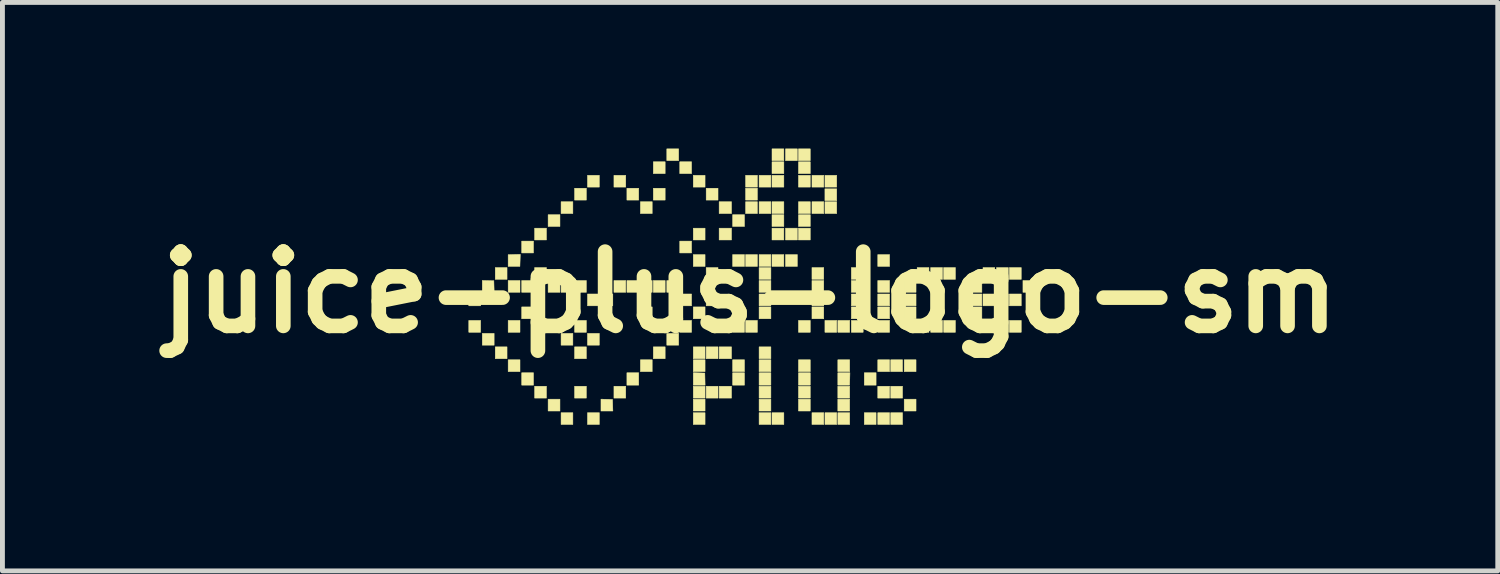
<source format=kicad_pcb>
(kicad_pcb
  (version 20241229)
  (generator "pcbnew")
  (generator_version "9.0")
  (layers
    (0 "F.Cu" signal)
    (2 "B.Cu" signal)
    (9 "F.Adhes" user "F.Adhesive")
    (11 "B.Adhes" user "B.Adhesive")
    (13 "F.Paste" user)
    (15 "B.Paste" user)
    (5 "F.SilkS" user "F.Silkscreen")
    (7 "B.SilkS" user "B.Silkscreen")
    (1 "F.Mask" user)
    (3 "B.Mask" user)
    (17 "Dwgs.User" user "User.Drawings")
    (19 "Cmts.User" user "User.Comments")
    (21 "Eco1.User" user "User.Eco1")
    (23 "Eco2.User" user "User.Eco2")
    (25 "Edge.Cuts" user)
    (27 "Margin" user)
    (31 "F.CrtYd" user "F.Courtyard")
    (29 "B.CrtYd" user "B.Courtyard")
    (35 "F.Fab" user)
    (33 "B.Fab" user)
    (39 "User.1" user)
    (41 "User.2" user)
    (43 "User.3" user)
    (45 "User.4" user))
  (footprint "juice-plus-logo-sm"
    (layer "F.Cu")
    (at 12.344 2.949)
    (property "Reference" "juice-plus-logo-sm" (at 0 0 0) (layer "F.SilkS") (effects (font (size 1.524 1.524) (thickness 0.3))))
    (attr through_hole)
    (fp_poly (pts (xy -5.53 0.277) (xy -5.773 0.277) (xy -5.773 0.035) (xy -5.53 0.035) (xy -5.53 0.277)) (stroke (width 0.01) (type solid)) (fill yes) (layer "F.SilkS"))
    (fp_poly (pts (xy -5.53 0.82) (xy -5.773 0.82) (xy -5.773 0.577) (xy -5.53 0.577) (xy -5.53 0.82)) (stroke (width 0.01) (type solid)) (fill yes) (layer "F.SilkS"))
    (fp_poly (pts (xy -5.253 1.085) (xy -5.496 1.085) (xy -5.496 0.843) (xy -5.253 0.843) (xy -5.253 1.085)) (stroke (width 0.01) (type solid)) (fill yes) (layer "F.SilkS"))
    (fp_poly (pts (xy -4.988 -0.266) (xy -5.23 -0.266) (xy -5.23 -0.508) (xy -4.988 -0.508) (xy -4.988 -0.266)) (stroke (width 0.01) (type solid)) (fill yes) (layer "F.SilkS"))
    (fp_poly (pts (xy -4.988 1.362) (xy -5.23 1.362) (xy -5.23 1.12) (xy -4.988 1.12) (xy -4.988 1.362)) (stroke (width 0.01) (type solid)) (fill yes) (layer "F.SilkS"))
    (fp_poly (pts (xy -4.722 0) (xy -4.965 0) (xy -4.965 -0.242) (xy -4.722 -0.242) (xy -4.722 0)) (stroke (width 0.01) (type solid)) (fill yes) (layer "F.SilkS"))
    (fp_poly (pts (xy -4.722 0.82) (xy -4.965 0.82) (xy -4.965 0.577) (xy -4.722 0.577) (xy -4.722 0.82)) (stroke (width 0.01) (type solid)) (fill yes) (layer "F.SilkS"))
    (fp_poly (pts (xy -4.722 1.628) (xy -4.965 1.628) (xy -4.965 1.385) (xy -4.722 1.385) (xy -4.722 1.628)) (stroke (width 0.01) (type solid)) (fill yes) (layer "F.SilkS"))
    (fp_poly (pts (xy -4.445 -0.808) (xy -4.687 -0.808) (xy -4.687 -1.051) (xy -4.445 -1.051) (xy -4.445 -0.808)) (stroke (width 0.01) (type solid)) (fill yes) (layer "F.SilkS"))
    (fp_poly (pts (xy -4.445 0) (xy -4.687 0) (xy -4.687 -0.242) (xy -4.445 -0.242) (xy -4.445 0)) (stroke (width 0.01) (type solid)) (fill yes) (layer "F.SilkS"))
    (fp_poly (pts (xy -4.445 0.543) (xy -4.687 0.543) (xy -4.687 0.3) (xy -4.445 0.3) (xy -4.445 0.543)) (stroke (width 0.01) (type solid)) (fill yes) (layer "F.SilkS"))
    (fp_poly (pts (xy -4.445 1.905) (xy -4.687 1.905) (xy -4.687 1.651) (xy -4.445 1.651) (xy -4.445 1.905)) (stroke (width 0.01) (type solid)) (fill yes) (layer "F.SilkS"))
    (fp_poly (pts (xy -4.179 -1.074) (xy -4.422 -1.074) (xy -4.422 -1.316) (xy -4.179 -1.316) (xy -4.179 -1.074)) (stroke (width 0.01) (type solid)) (fill yes) (layer "F.SilkS"))
    (fp_poly (pts (xy -4.179 -0.266) (xy -4.422 -0.266) (xy -4.422 -0.508) (xy -4.179 -0.508) (xy -4.179 -0.266)) (stroke (width 0.01) (type solid)) (fill yes) (layer "F.SilkS"))
    (fp_poly (pts (xy -4.179 2.171) (xy -4.422 2.171) (xy -4.422 1.928) (xy -4.179 1.928) (xy -4.179 2.171)) (stroke (width 0.01) (type solid)) (fill yes) (layer "F.SilkS"))
    (fp_poly (pts (xy -3.902 -1.351) (xy -4.145 -1.351) (xy -4.145 -1.593) (xy -3.902 -1.593) (xy -3.902 -1.351)) (stroke (width 0.01) (type solid)) (fill yes) (layer "F.SilkS"))
    (fp_poly (pts (xy -3.902 0) (xy -4.145 0) (xy -4.145 -0.242) (xy -3.902 -0.242) (xy -3.902 0)) (stroke (width 0.01) (type solid)) (fill yes) (layer "F.SilkS"))
    (fp_poly (pts (xy -3.902 2.436) (xy -4.145 2.436) (xy -4.145 2.194) (xy -3.902 2.194) (xy -3.902 2.436)) (stroke (width 0.01) (type solid)) (fill yes) (layer "F.SilkS"))
    (fp_poly (pts (xy -3.637 -1.616) (xy -3.879 -1.616) (xy -3.879 -1.859) (xy -3.637 -1.859) (xy -3.637 -1.616)) (stroke (width 0.01) (type solid)) (fill yes) (layer "F.SilkS"))
    (fp_poly (pts (xy -3.637 0) (xy -3.879 0) (xy -3.879 -0.242) (xy -3.637 -0.242) (xy -3.637 0)) (stroke (width 0.01) (type solid)) (fill yes) (layer "F.SilkS"))
    (fp_poly (pts (xy -3.637 1.085) (xy -3.879 1.085) (xy -3.879 0.843) (xy -3.637 0.843) (xy -3.637 1.085)) (stroke (width 0.01) (type solid)) (fill yes) (layer "F.SilkS"))
    (fp_poly (pts (xy -3.637 2.713) (xy -3.879 2.713) (xy -3.879 2.471) (xy -3.637 2.471) (xy -3.637 2.713)) (stroke (width 0.01) (type solid)) (fill yes) (layer "F.SilkS"))
    (fp_poly (pts (xy -3.36 -1.893) (xy -3.602 -1.893) (xy -3.602 -2.136) (xy -3.36 -2.136) (xy -3.36 -1.893)) (stroke (width 0.01) (type solid)) (fill yes) (layer "F.SilkS"))
    (fp_poly (pts (xy -3.36 0) (xy -3.602 0) (xy -3.602 -0.242) (xy -3.36 -0.242) (xy -3.36 0)) (stroke (width 0.01) (type solid)) (fill yes) (layer "F.SilkS"))
    (fp_poly (pts (xy -3.36 0.82) (xy -3.602 0.82) (xy -3.602 0.577) (xy -3.36 0.577) (xy -3.36 0.82)) (stroke (width 0.01) (type solid)) (fill yes) (layer "F.SilkS"))
    (fp_poly (pts (xy -3.36 1.362) (xy -3.602 1.362) (xy -3.602 1.12) (xy -3.36 1.12) (xy -3.36 1.362)) (stroke (width 0.01) (type solid)) (fill yes) (layer "F.SilkS"))
    (fp_poly (pts (xy -3.36 2.171) (xy -3.602 2.171) (xy -3.602 1.928) (xy -3.36 1.928) (xy -3.36 2.171)) (stroke (width 0.01) (type solid)) (fill yes) (layer "F.SilkS"))
    (fp_poly (pts (xy -3.094 -2.159) (xy -3.337 -2.159) (xy -3.337 -2.401) (xy -3.094 -2.401) (xy -3.094 -2.159)) (stroke (width 0.01) (type solid)) (fill yes) (layer "F.SilkS"))
    (fp_poly (pts (xy -3.094 0.277) (xy -3.337 0.277) (xy -3.337 0.035) (xy -3.094 0.035) (xy -3.094 0.277)) (stroke (width 0.01) (type solid)) (fill yes) (layer "F.SilkS"))
    (fp_poly (pts (xy -3.094 1.085) (xy -3.337 1.085) (xy -3.337 0.843) (xy -3.094 0.843) (xy -3.094 1.085)) (stroke (width 0.01) (type solid)) (fill yes) (layer "F.SilkS"))
    (fp_poly (pts (xy -3.094 2.713) (xy -3.337 2.713) (xy -3.337 2.471) (xy -3.094 2.471) (xy -3.094 2.713)) (stroke (width 0.01) (type solid)) (fill yes) (layer "F.SilkS"))
    (fp_poly (pts (xy -2.817 0.277) (xy -3.06 0.277) (xy -3.06 0.035) (xy -2.817 0.035) (xy -2.817 0.277)) (stroke (width 0.01) (type solid)) (fill yes) (layer "F.SilkS"))
    (fp_poly (pts (xy -2.552 -2.159) (xy -2.794 -2.159) (xy -2.794 -2.401) (xy -2.552 -2.401) (xy -2.552 -2.159)) (stroke (width 0.01) (type solid)) (fill yes) (layer "F.SilkS"))
    (fp_poly (pts (xy -2.552 0) (xy -2.794 0) (xy -2.794 -0.242) (xy -2.552 -0.242) (xy -2.552 0)) (stroke (width 0.01) (type solid)) (fill yes) (layer "F.SilkS"))
    (fp_poly (pts (xy -2.552 2.171) (xy -2.794 2.171) (xy -2.794 1.928) (xy -2.552 1.928) (xy -2.552 2.171)) (stroke (width 0.01) (type solid)) (fill yes) (layer "F.SilkS"))
    (fp_poly (pts (xy -2.286 -1.893) (xy -2.528 -1.893) (xy -2.528 -2.136) (xy -2.286 -2.136) (xy -2.286 -1.893)) (stroke (width 0.01) (type solid)) (fill yes) (layer "F.SilkS"))
    (fp_poly (pts (xy -2.286 0) (xy -2.528 0) (xy -2.528 -0.242) (xy -2.286 -0.242) (xy -2.286 0)) (stroke (width 0.01) (type solid)) (fill yes) (layer "F.SilkS"))
    (fp_poly (pts (xy -2.286 1.905) (xy -2.528 1.905) (xy -2.528 1.651) (xy -2.286 1.651) (xy -2.286 1.905)) (stroke (width 0.01) (type solid)) (fill yes) (layer "F.SilkS"))
    (fp_poly (pts (xy -2.009 -1.616) (xy -2.251 -1.616) (xy -2.251 -1.859) (xy -2.009 -1.859) (xy -2.009 -1.616)) (stroke (width 0.01) (type solid)) (fill yes) (layer "F.SilkS"))
    (fp_poly (pts (xy -2.009 0) (xy -2.251 0) (xy -2.251 -0.242) (xy -2.009 -0.242) (xy -2.009 0)) (stroke (width 0.01) (type solid)) (fill yes) (layer "F.SilkS"))
    (fp_poly (pts (xy -2.009 0.543) (xy -2.251 0.543) (xy -2.251 0.3) (xy -2.009 0.3) (xy -2.009 0.543)) (stroke (width 0.01) (type solid)) (fill yes) (layer "F.SilkS"))
    (fp_poly (pts (xy -2.009 1.628) (xy -2.251 1.628) (xy -2.251 1.385) (xy -2.009 1.385) (xy -2.009 1.628)) (stroke (width 0.01) (type solid)) (fill yes) (layer "F.SilkS"))
    (fp_poly (pts (xy -1.743 -2.436) (xy -1.986 -2.436) (xy -1.986 -2.679) (xy -1.743 -2.679) (xy -1.743 -2.436)) (stroke (width 0.01) (type solid)) (fill yes) (layer "F.SilkS"))
    (fp_poly (pts (xy -1.743 -1.893) (xy -1.986 -1.893) (xy -1.986 -2.136) (xy -1.743 -2.136) (xy -1.743 -1.893)) (stroke (width 0.01) (type solid)) (fill yes) (layer "F.SilkS"))
    (fp_poly (pts (xy -1.743 0) (xy -1.986 0) (xy -1.986 -0.242) (xy -1.743 -0.242) (xy -1.743 0)) (stroke (width 0.01) (type solid)) (fill yes) (layer "F.SilkS"))
    (fp_poly (pts (xy -1.743 1.362) (xy -1.986 1.362) (xy -1.986 1.12) (xy -1.743 1.12) (xy -1.743 1.362)) (stroke (width 0.01) (type solid)) (fill yes) (layer "F.SilkS"))
    (fp_poly (pts (xy -1.466 -2.702) (xy -1.709 -2.702) (xy -1.709 -2.944) (xy -1.466 -2.944) (xy -1.466 -2.702)) (stroke (width 0.01) (type solid)) (fill yes) (layer "F.SilkS"))
    (fp_poly (pts (xy -1.466 0) (xy -1.709 0) (xy -1.709 -0.242) (xy -1.466 -0.242) (xy -1.466 0)) (stroke (width 0.01) (type solid)) (fill yes) (layer "F.SilkS"))
    (fp_poly (pts (xy -1.466 1.085) (xy -1.709 1.085) (xy -1.709 0.843) (xy -1.466 0.843) (xy -1.466 1.085)) (stroke (width 0.01) (type solid)) (fill yes) (layer "F.SilkS"))
    (fp_poly (pts (xy -1.201 -2.436) (xy -1.443 -2.436) (xy -1.443 -2.679) (xy -1.201 -2.679) (xy -1.201 -2.436)) (stroke (width 0.01) (type solid)) (fill yes) (layer "F.SilkS"))
    (fp_poly (pts (xy -1.201 -0.808) (xy -1.443 -0.808) (xy -1.443 -1.051) (xy -1.201 -1.051) (xy -1.201 -0.808)) (stroke (width 0.01) (type solid)) (fill yes) (layer "F.SilkS"))
    (fp_poly (pts (xy -1.201 0.277) (xy -1.443 0.277) (xy -1.443 0.035) (xy -1.201 0.035) (xy -1.201 0.277)) (stroke (width 0.01) (type solid)) (fill yes) (layer "F.SilkS"))
    (fp_poly (pts (xy -1.201 0.82) (xy -1.443 0.82) (xy -1.443 0.577) (xy -1.201 0.577) (xy -1.201 0.82)) (stroke (width 0.01) (type solid)) (fill yes) (layer "F.SilkS"))
    (fp_poly (pts (xy -0.929 1.657) (xy -0.923 1.905) (xy -1.166 1.905) (xy -1.166 1.65) (xy -0.929 1.657)) (stroke (width 0.01) (type solid)) (fill yes) (layer "F.SilkS"))
    (fp_poly (pts (xy -0.924 -2.159) (xy -1.166 -2.159) (xy -1.166 -2.401) (xy -0.924 -2.401) (xy -0.924 -2.159)) (stroke (width 0.01) (type solid)) (fill yes) (layer "F.SilkS"))
    (fp_poly (pts (xy -0.924 -1.074) (xy -1.166 -1.074) (xy -1.166 -1.316) (xy -0.924 -1.316) (xy -0.924 -1.074)) (stroke (width 0.01) (type solid)) (fill yes) (layer "F.SilkS"))
    (fp_poly (pts (xy -0.924 -0.531) (xy -1.166 -0.531) (xy -1.166 -0.774) (xy -0.924 -0.774) (xy -0.924 -0.531)) (stroke (width 0.01) (type solid)) (fill yes) (layer "F.SilkS"))
    (fp_poly (pts (xy -0.924 0.543) (xy -1.166 0.543) (xy -1.166 0.3) (xy -0.924 0.3) (xy -0.924 0.543)) (stroke (width 0.01) (type solid)) (fill yes) (layer "F.SilkS"))
    (fp_poly (pts (xy -0.924 1.362) (xy -1.166 1.362) (xy -1.166 1.12) (xy -0.924 1.12) (xy -0.924 1.362)) (stroke (width 0.01) (type solid)) (fill yes) (layer "F.SilkS"))
    (fp_poly (pts (xy -0.924 1.628) (xy -1.166 1.628) (xy -1.166 1.385) (xy -0.924 1.385) (xy -0.924 1.628)) (stroke (width 0.01) (type solid)) (fill yes) (layer "F.SilkS"))
    (fp_poly (pts (xy -0.924 2.171) (xy -1.166 2.171) (xy -1.166 1.928) (xy -0.924 1.928) (xy -0.924 2.171)) (stroke (width 0.01) (type solid)) (fill yes) (layer "F.SilkS"))
    (fp_poly (pts (xy -0.924 2.436) (xy -1.166 2.436) (xy -1.166 2.194) (xy -0.924 2.194) (xy -0.924 2.436)) (stroke (width 0.01) (type solid)) (fill yes) (layer "F.SilkS"))
    (fp_poly (pts (xy -0.924 2.713) (xy -1.166 2.713) (xy -1.166 2.471) (xy -0.924 2.471) (xy -0.924 2.713)) (stroke (width 0.01) (type solid)) (fill yes) (layer "F.SilkS"))
    (fp_poly (pts (xy -0.658 -1.893) (xy -0.901 -1.893) (xy -0.901 -2.136) (xy -0.658 -2.136) (xy -0.658 -1.893)) (stroke (width 0.01) (type solid)) (fill yes) (layer "F.SilkS"))
    (fp_poly (pts (xy -0.658 -0.266) (xy -0.901 -0.266) (xy -0.901 -0.508) (xy -0.658 -0.508) (xy -0.658 -0.266)) (stroke (width 0.01) (type solid)) (fill yes) (layer "F.SilkS"))
    (fp_poly (pts (xy -0.658 0.277) (xy -0.901 0.277) (xy -0.901 0.035) (xy -0.658 0.035) (xy -0.658 0.277)) (stroke (width 0.01) (type solid)) (fill yes) (layer "F.SilkS"))
    (fp_poly (pts (xy -0.658 1.362) (xy -0.901 1.362) (xy -0.901 1.12) (xy -0.658 1.12) (xy -0.658 1.362)) (stroke (width 0.01) (type solid)) (fill yes) (layer "F.SilkS"))
    (fp_poly (pts (xy -0.658 2.171) (xy -0.901 2.171) (xy -0.901 1.928) (xy -0.658 1.928) (xy -0.658 2.171)) (stroke (width 0.01) (type solid)) (fill yes) (layer "F.SilkS"))
    (fp_poly (pts (xy -0.381 -1.616) (xy -0.635 -1.616) (xy -0.635 -1.859) (xy -0.381 -1.859) (xy -0.381 -1.616)) (stroke (width 0.01) (type solid)) (fill yes) (layer "F.SilkS"))
    (fp_poly (pts (xy -0.381 -1.074) (xy -0.635 -1.074) (xy -0.635 -1.316) (xy -0.381 -1.316) (xy -0.381 -1.074)) (stroke (width 0.01) (type solid)) (fill yes) (layer "F.SilkS"))
    (fp_poly (pts (xy -0.381 1.362) (xy -0.635 1.362) (xy -0.635 1.12) (xy -0.381 1.12) (xy -0.381 1.362)) (stroke (width 0.01) (type solid)) (fill yes) (layer "F.SilkS"))
    (fp_poly (pts (xy -0.381 2.171) (xy -0.635 2.171) (xy -0.635 1.928) (xy -0.381 1.928) (xy -0.381 2.171)) (stroke (width 0.01) (type solid)) (fill yes) (layer "F.SilkS"))
    (fp_poly (pts (xy -0.115 -1.351) (xy -0.358 -1.351) (xy -0.358 -1.593) (xy -0.115 -1.593) (xy -0.115 -1.351)) (stroke (width 0.01) (type solid)) (fill yes) (layer "F.SilkS"))
    (fp_poly (pts (xy -0.115 -0.531) (xy -0.358 -0.531) (xy -0.358 -0.774) (xy -0.115 -0.774) (xy -0.115 -0.531)) (stroke (width 0.01) (type solid)) (fill yes) (layer "F.SilkS"))
    (fp_poly (pts (xy -0.115 0.82) (xy -0.358 0.82) (xy -0.358 0.577) (xy -0.115 0.577) (xy -0.115 0.82)) (stroke (width 0.01) (type solid)) (fill yes) (layer "F.SilkS"))
    (fp_poly (pts (xy -0.115 1.628) (xy -0.358 1.628) (xy -0.358 1.385) (xy -0.115 1.385) (xy -0.115 1.628)) (stroke (width 0.01) (type solid)) (fill yes) (layer "F.SilkS"))
    (fp_poly (pts (xy -0.115 1.905) (xy -0.358 1.905) (xy -0.358 1.651) (xy -0.115 1.651) (xy -0.115 1.905)) (stroke (width 0.01) (type solid)) (fill yes) (layer "F.SilkS"))
    (fp_poly (pts (xy 0.15 -2.159) (xy -0.092 -2.159) (xy -0.092 -2.401) (xy 0.15 -2.401) (xy 0.15 -2.159)) (stroke (width 0.01) (type solid)) (fill yes) (layer "F.SilkS"))
    (fp_poly (pts (xy 0.15 -1.893) (xy -0.092 -1.893) (xy -0.092 -2.136) (xy 0.15 -2.136) (xy 0.15 -1.893)) (stroke (width 0.01) (type solid)) (fill yes) (layer "F.SilkS"))
    (fp_poly (pts (xy 0.15 -1.616) (xy -0.092 -1.616) (xy -0.092 -1.859) (xy 0.15 -1.859) (xy 0.15 -1.616)) (stroke (width 0.01) (type solid)) (fill yes) (layer "F.SilkS"))
    (fp_poly (pts (xy 0.15 -0.531) (xy -0.092 -0.531) (xy -0.092 -0.774) (xy 0.15 -0.774) (xy 0.15 -0.531)) (stroke (width 0.01) (type solid)) (fill yes) (layer "F.SilkS"))
    (fp_poly (pts (xy 0.15 0.82) (xy -0.092 0.82) (xy -0.092 0.577) (xy 0.15 0.577) (xy 0.15 0.82)) (stroke (width 0.01) (type solid)) (fill yes) (layer "F.SilkS"))
    (fp_poly (pts (xy 0.427 -2.159) (xy 0.185 -2.159) (xy 0.185 -2.401) (xy 0.427 -2.401) (xy 0.427 -2.159)) (stroke (width 0.01) (type solid)) (fill yes) (layer "F.SilkS"))
    (fp_poly (pts (xy 0.427 -1.616) (xy 0.185 -1.616) (xy 0.185 -1.859) (xy 0.427 -1.859) (xy 0.427 -1.616)) (stroke (width 0.01) (type solid)) (fill yes) (layer "F.SilkS"))
    (fp_poly (pts (xy 0.427 -0.531) (xy 0.185 -0.531) (xy 0.185 -0.774) (xy 0.427 -0.774) (xy 0.427 -0.531)) (stroke (width 0.01) (type solid)) (fill yes) (layer "F.SilkS"))
    (fp_poly (pts (xy 0.427 -0.266) (xy 0.185 -0.266) (xy 0.185 -0.508) (xy 0.427 -0.508) (xy 0.427 -0.266)) (stroke (width 0.01) (type solid)) (fill yes) (layer "F.SilkS"))
    (fp_poly (pts (xy 0.427 0) (xy 0.185 0) (xy 0.185 -0.242) (xy 0.427 -0.242) (xy 0.427 0)) (stroke (width 0.01) (type solid)) (fill yes) (layer "F.SilkS"))
    (fp_poly (pts (xy 0.427 0.277) (xy 0.185 0.277) (xy 0.185 0.035) (xy 0.427 0.035) (xy 0.427 0.277)) (stroke (width 0.01) (type solid)) (fill yes) (layer "F.SilkS"))
    (fp_poly (pts (xy 0.427 0.543) (xy 0.185 0.543) (xy 0.185 0.3) (xy 0.427 0.3) (xy 0.427 0.543)) (stroke (width 0.01) (type solid)) (fill yes) (layer "F.SilkS"))
    (fp_poly (pts (xy 0.427 1.362) (xy 0.185 1.362) (xy 0.185 1.12) (xy 0.427 1.12) (xy 0.427 1.362)) (stroke (width 0.01) (type solid)) (fill yes) (layer "F.SilkS"))
    (fp_poly (pts (xy 0.427 1.628) (xy 0.185 1.628) (xy 0.185 1.385) (xy 0.427 1.385) (xy 0.427 1.628)) (stroke (width 0.01) (type solid)) (fill yes) (layer "F.SilkS"))
    (fp_poly (pts (xy 0.427 1.905) (xy 0.185 1.905) (xy 0.185 1.651) (xy 0.427 1.651) (xy 0.427 1.905)) (stroke (width 0.01) (type solid)) (fill yes) (layer "F.SilkS"))
    (fp_poly (pts (xy 0.427 2.171) (xy 0.185 2.171) (xy 0.185 1.928) (xy 0.427 1.928) (xy 0.427 2.171)) (stroke (width 0.01) (type solid)) (fill yes) (layer "F.SilkS"))
    (fp_poly (pts (xy 0.427 2.436) (xy 0.185 2.436) (xy 0.185 2.194) (xy 0.427 2.194) (xy 0.427 2.436)) (stroke (width 0.01) (type solid)) (fill yes) (layer "F.SilkS"))
    (fp_poly (pts (xy 0.427 2.713) (xy 0.185 2.713) (xy 0.185 2.471) (xy 0.427 2.471) (xy 0.427 2.713)) (stroke (width 0.01) (type solid)) (fill yes) (layer "F.SilkS"))
    (fp_poly (pts (xy 0.693 -2.702) (xy 0.45 -2.702) (xy 0.45 -2.944) (xy 0.693 -2.944) (xy 0.693 -2.702)) (stroke (width 0.01) (type solid)) (fill yes) (layer "F.SilkS"))
    (fp_poly (pts (xy 0.693 -2.436) (xy 0.45 -2.436) (xy 0.45 -2.679) (xy 0.693 -2.679) (xy 0.693 -2.436)) (stroke (width 0.01) (type solid)) (fill yes) (layer "F.SilkS"))
    (fp_poly (pts (xy 0.693 -2.159) (xy 0.45 -2.159) (xy 0.45 -2.401) (xy 0.693 -2.401) (xy 0.693 -2.159)) (stroke (width 0.01) (type solid)) (fill yes) (layer "F.SilkS"))
    (fp_poly (pts (xy 0.693 -1.616) (xy 0.45 -1.616) (xy 0.45 -1.859) (xy 0.693 -1.859) (xy 0.693 -1.616)) (stroke (width 0.01) (type solid)) (fill yes) (layer "F.SilkS"))
    (fp_poly (pts (xy 0.693 -1.351) (xy 0.45 -1.351) (xy 0.45 -1.593) (xy 0.693 -1.593) (xy 0.693 -1.351)) (stroke (width 0.01) (type solid)) (fill yes) (layer "F.SilkS"))
    (fp_poly (pts (xy 0.693 -1.074) (xy 0.45 -1.074) (xy 0.45 -1.316) (xy 0.693 -1.316) (xy 0.693 -1.074)) (stroke (width 0.01) (type solid)) (fill yes) (layer "F.SilkS"))
    (fp_poly (pts (xy 0.693 -0.531) (xy 0.45 -0.531) (xy 0.45 -0.774) (xy 0.693 -0.774) (xy 0.693 -0.531)) (stroke (width 0.01) (type solid)) (fill yes) (layer "F.SilkS"))
    (fp_poly (pts (xy 0.693 2.713) (xy 0.45 2.713) (xy 0.45 2.471) (xy 0.693 2.471) (xy 0.693 2.713)) (stroke (width 0.01) (type solid)) (fill yes) (layer "F.SilkS"))
    (fp_poly (pts (xy 0.97 -2.702) (xy 0.727 -2.702) (xy 0.727 -2.944) (xy 0.97 -2.944) (xy 0.97 -2.702)) (stroke (width 0.01) (type solid)) (fill yes) (layer "F.SilkS"))
    (fp_poly (pts (xy 0.97 -1.074) (xy 0.727 -1.074) (xy 0.727 -1.316) (xy 0.97 -1.316) (xy 0.97 -1.074)) (stroke (width 0.01) (type solid)) (fill yes) (layer "F.SilkS"))
    (fp_poly (pts (xy 0.97 -0.531) (xy 0.727 -0.531) (xy 0.727 -0.774) (xy 0.97 -0.774) (xy 0.97 -0.531)) (stroke (width 0.01) (type solid)) (fill yes) (layer "F.SilkS"))
    (fp_poly (pts (xy 1.235 -2.702) (xy 0.993 -2.702) (xy 0.993 -2.944) (xy 1.235 -2.944) (xy 1.235 -2.702)) (stroke (width 0.01) (type solid)) (fill yes) (layer "F.SilkS"))
    (fp_poly (pts (xy 1.235 -2.436) (xy 0.993 -2.436) (xy 0.993 -2.679) (xy 1.235 -2.679) (xy 1.235 -2.436)) (stroke (width 0.01) (type solid)) (fill yes) (layer "F.SilkS"))
    (fp_poly (pts (xy 1.235 -2.159) (xy 0.993 -2.159) (xy 0.993 -2.401) (xy 1.235 -2.401) (xy 1.235 -2.159)) (stroke (width 0.01) (type solid)) (fill yes) (layer "F.SilkS"))
    (fp_poly (pts (xy 1.235 -1.616) (xy 0.993 -1.616) (xy 0.993 -1.859) (xy 1.235 -1.859) (xy 1.235 -1.616)) (stroke (width 0.01) (type solid)) (fill yes) (layer "F.SilkS"))
    (fp_poly (pts (xy 1.235 -1.351) (xy 0.993 -1.351) (xy 0.993 -1.593) (xy 1.235 -1.593) (xy 1.235 -1.351)) (stroke (width 0.01) (type solid)) (fill yes) (layer "F.SilkS"))
    (fp_poly (pts (xy 1.235 -1.074) (xy 0.993 -1.074) (xy 0.993 -1.316) (xy 1.235 -1.316) (xy 1.235 -1.074)) (stroke (width 0.01) (type solid)) (fill yes) (layer "F.SilkS"))
    (fp_poly (pts (xy 1.235 0.82) (xy 0.993 0.82) (xy 0.993 0.577) (xy 1.235 0.577) (xy 1.235 0.82)) (stroke (width 0.01) (type solid)) (fill yes) (layer "F.SilkS"))
    (fp_poly (pts (xy 1.235 1.628) (xy 0.993 1.628) (xy 0.993 1.385) (xy 1.235 1.385) (xy 1.235 1.628)) (stroke (width 0.01) (type solid)) (fill yes) (layer "F.SilkS"))
    (fp_poly (pts (xy 1.235 1.905) (xy 0.993 1.905) (xy 0.993 1.651) (xy 1.235 1.651) (xy 1.235 1.905)) (stroke (width 0.01) (type solid)) (fill yes) (layer "F.SilkS"))
    (fp_poly (pts (xy 1.235 2.171) (xy 0.993 2.171) (xy 0.993 1.928) (xy 1.235 1.928) (xy 1.235 2.171)) (stroke (width 0.01) (type solid)) (fill yes) (layer "F.SilkS"))
    (fp_poly (pts (xy 1.235 2.436) (xy 0.993 2.436) (xy 0.993 2.194) (xy 1.235 2.194) (xy 1.235 2.436)) (stroke (width 0.01) (type solid)) (fill yes) (layer "F.SilkS"))
    (fp_poly (pts (xy 1.512 -2.159) (xy 1.27 -2.159) (xy 1.27 -2.401) (xy 1.512 -2.401) (xy 1.512 -2.159)) (stroke (width 0.01) (type solid)) (fill yes) (layer "F.SilkS"))
    (fp_poly (pts (xy 1.512 -1.616) (xy 1.27 -1.616) (xy 1.27 -1.859) (xy 1.512 -1.859) (xy 1.512 -1.616)) (stroke (width 0.01) (type solid)) (fill yes) (layer "F.SilkS"))
    (fp_poly (pts (xy 1.512 -0.266) (xy 1.27 -0.266) (xy 1.27 -0.508) (xy 1.512 -0.508) (xy 1.512 -0.266)) (stroke (width 0.01) (type solid)) (fill yes) (layer "F.SilkS"))
    (fp_poly (pts (xy 1.512 0) (xy 1.27 0) (xy 1.27 -0.242) (xy 1.512 -0.242) (xy 1.512 0)) (stroke (width 0.01) (type solid)) (fill yes) (layer "F.SilkS"))
    (fp_poly (pts (xy 1.512 0.277) (xy 1.27 0.277) (xy 1.27 0.035) (xy 1.512 0.035) (xy 1.512 0.277)) (stroke (width 0.01) (type solid)) (fill yes) (layer "F.SilkS"))
    (fp_poly (pts (xy 1.512 0.543) (xy 1.27 0.543) (xy 1.27 0.3) (xy 1.512 0.3) (xy 1.512 0.543)) (stroke (width 0.01) (type solid)) (fill yes) (layer "F.SilkS"))
    (fp_poly (pts (xy 1.512 2.713) (xy 1.27 2.713) (xy 1.27 2.471) (xy 1.512 2.471) (xy 1.512 2.713)) (stroke (width 0.01) (type solid)) (fill yes) (layer "F.SilkS"))
    (fp_poly (pts (xy 1.778 -2.159) (xy 1.536 -2.159) (xy 1.536 -2.401) (xy 1.778 -2.401) (xy 1.778 -2.159)) (stroke (width 0.01) (type solid)) (fill yes) (layer "F.SilkS"))
    (fp_poly (pts (xy 1.778 -1.882) (xy 1.536 -1.882) (xy 1.536 -2.124) (xy 1.778 -2.124) (xy 1.778 -1.882)) (stroke (width 0.01) (type solid)) (fill yes) (layer "F.SilkS"))
    (fp_poly (pts (xy 1.778 -1.616) (xy 1.536 -1.616) (xy 1.536 -1.859) (xy 1.778 -1.859) (xy 1.778 -1.616)) (stroke (width 0.01) (type solid)) (fill yes) (layer "F.SilkS"))
    (fp_poly (pts (xy 1.778 0.82) (xy 1.536 0.82) (xy 1.536 0.577) (xy 1.778 0.577) (xy 1.778 0.82)) (stroke (width 0.01) (type solid)) (fill yes) (layer "F.SilkS"))
    (fp_poly (pts (xy 1.778 2.713) (xy 1.536 2.713) (xy 1.536 2.471) (xy 1.778 2.471) (xy 1.778 2.713)) (stroke (width 0.01) (type solid)) (fill yes) (layer "F.SilkS"))
    (fp_poly (pts (xy 2.044 0.82) (xy 1.801 0.82) (xy 1.801 0.577) (xy 2.044 0.577) (xy 2.044 0.82)) (stroke (width 0.01) (type solid)) (fill yes) (layer "F.SilkS"))
    (fp_poly (pts (xy 2.044 1.628) (xy 1.801 1.628) (xy 1.801 1.385) (xy 2.044 1.385) (xy 2.044 1.628)) (stroke (width 0.01) (type solid)) (fill yes) (layer "F.SilkS"))
    (fp_poly (pts (xy 2.044 2.171) (xy 1.801 2.171) (xy 1.801 1.928) (xy 2.044 1.928) (xy 2.044 2.171)) (stroke (width 0.01) (type solid)) (fill yes) (layer "F.SilkS"))
    (fp_poly (pts (xy 2.044 2.436) (xy 1.801 2.436) (xy 1.801 2.194) (xy 2.044 2.194) (xy 2.044 2.436)) (stroke (width 0.01) (type solid)) (fill yes) (layer "F.SilkS"))
    (fp_poly (pts (xy 2.044 2.713) (xy 1.801 2.713) (xy 1.801 2.471) (xy 2.044 2.471) (xy 2.044 2.713)) (stroke (width 0.01) (type solid)) (fill yes) (layer "F.SilkS"))
    (fp_poly (pts (xy 2.321 -0.266) (xy 2.078 -0.266) (xy 2.078 -0.508) (xy 2.321 -0.508) (xy 2.321 -0.266)) (stroke (width 0.01) (type solid)) (fill yes) (layer "F.SilkS"))
    (fp_poly (pts (xy 2.321 0) (xy 2.078 0) (xy 2.078 -0.242) (xy 2.321 -0.242) (xy 2.321 0)) (stroke (width 0.01) (type solid)) (fill yes) (layer "F.SilkS"))
    (fp_poly (pts (xy 2.321 0.277) (xy 2.078 0.277) (xy 2.078 0.035) (xy 2.321 0.035) (xy 2.321 0.277)) (stroke (width 0.01) (type solid)) (fill yes) (layer "F.SilkS"))
    (fp_poly (pts (xy 2.321 0.543) (xy 2.078 0.543) (xy 2.078 0.3) (xy 2.321 0.3) (xy 2.321 0.543)) (stroke (width 0.01) (type solid)) (fill yes) (layer "F.SilkS"))
    (fp_poly (pts (xy 2.321 0.82) (xy 2.078 0.82) (xy 2.078 0.577) (xy 2.321 0.577) (xy 2.321 0.82)) (stroke (width 0.01) (type solid)) (fill yes) (layer "F.SilkS"))
    (fp_poly (pts (xy 2.586 1.905) (xy 2.344 1.905) (xy 2.344 1.651) (xy 2.586 1.651) (xy 2.586 1.905)) (stroke (width 0.01) (type solid)) (fill yes) (layer "F.SilkS"))
    (fp_poly (pts (xy 2.586 2.713) (xy 2.344 2.713) (xy 2.344 2.471) (xy 2.586 2.471) (xy 2.586 2.713)) (stroke (width 0.01) (type solid)) (fill yes) (layer "F.SilkS"))
    (fp_poly (pts (xy 2.863 -0.531) (xy 2.621 -0.531) (xy 2.621 -0.774) (xy 2.863 -0.774) (xy 2.863 -0.531)) (stroke (width 0.01) (type solid)) (fill yes) (layer "F.SilkS"))
    (fp_poly (pts (xy 2.863 0) (xy 2.621 0) (xy 2.621 -0.242) (xy 2.863 -0.242) (xy 2.863 0)) (stroke (width 0.01) (type solid)) (fill yes) (layer "F.SilkS"))
    (fp_poly (pts (xy 2.863 0.277) (xy 2.621 0.277) (xy 2.621 0.035) (xy 2.863 0.035) (xy 2.863 0.277)) (stroke (width 0.01) (type solid)) (fill yes) (layer "F.SilkS"))
    (fp_poly (pts (xy 2.863 0.543) (xy 2.621 0.543) (xy 2.621 0.3) (xy 2.863 0.3) (xy 2.863 0.543)) (stroke (width 0.01) (type solid)) (fill yes) (layer "F.SilkS"))
    (fp_poly (pts (xy 2.863 0.82) (xy 2.621 0.82) (xy 2.621 0.577) (xy 2.863 0.577) (xy 2.863 0.82)) (stroke (width 0.01) (type solid)) (fill yes) (layer "F.SilkS"))
    (fp_poly (pts (xy 2.863 1.628) (xy 2.621 1.628) (xy 2.621 1.385) (xy 2.863 1.385) (xy 2.863 1.628)) (stroke (width 0.01) (type solid)) (fill yes) (layer "F.SilkS"))
    (fp_poly (pts (xy 2.863 2.171) (xy 2.621 2.171) (xy 2.621 1.928) (xy 2.863 1.928) (xy 2.863 2.171)) (stroke (width 0.01) (type solid)) (fill yes) (layer "F.SilkS"))
    (fp_poly (pts (xy 2.863 2.713) (xy 2.621 2.713) (xy 2.621 2.471) (xy 2.863 2.471) (xy 2.863 2.713)) (stroke (width 0.01) (type solid)) (fill yes) (layer "F.SilkS"))
    (fp_poly (pts (xy 3.129 1.628) (xy 2.886 1.628) (xy 2.886 1.385) (xy 3.129 1.385) (xy 3.129 1.628)) (stroke (width 0.01) (type solid)) (fill yes) (layer "F.SilkS"))
    (fp_poly (pts (xy 3.129 2.171) (xy 2.886 2.171) (xy 2.886 1.928) (xy 3.129 1.928) (xy 3.129 2.171)) (stroke (width 0.01) (type solid)) (fill yes) (layer "F.SilkS"))
    (fp_poly (pts (xy 3.129 2.713) (xy 2.886 2.713) (xy 2.886 2.471) (xy 3.129 2.471) (xy 3.129 2.713)) (stroke (width 0.01) (type solid)) (fill yes) (layer "F.SilkS"))
    (fp_poly (pts (xy 3.406 0) (xy 3.163 0) (xy 3.163 -0.242) (xy 3.406 -0.242) (xy 3.406 0)) (stroke (width 0.01) (type solid)) (fill yes) (layer "F.SilkS"))
    (fp_poly (pts (xy 3.406 0.277) (xy 3.163 0.277) (xy 3.163 0.035) (xy 3.406 0.035) (xy 3.406 0.277)) (stroke (width 0.01) (type solid)) (fill yes) (layer "F.SilkS"))
    (fp_poly (pts (xy 3.406 0.543) (xy 3.163 0.543) (xy 3.163 0.3) (xy 3.406 0.3) (xy 3.406 0.543)) (stroke (width 0.01) (type solid)) (fill yes) (layer "F.SilkS"))
    (fp_poly (pts (xy 3.406 1.628) (xy 3.163 1.628) (xy 3.163 1.385) (xy 3.406 1.385) (xy 3.406 1.628)) (stroke (width 0.01) (type solid)) (fill yes) (layer "F.SilkS"))
    (fp_poly (pts (xy 3.406 2.436) (xy 3.163 2.436) (xy 3.163 2.194) (xy 3.406 2.194) (xy 3.406 2.436)) (stroke (width 0.01) (type solid)) (fill yes) (layer "F.SilkS"))
    (fp_poly (pts (xy 3.671 -0.266) (xy 3.429 -0.266) (xy 3.429 -0.508) (xy 3.671 -0.508) (xy 3.671 -0.266)) (stroke (width 0.01) (type solid)) (fill yes) (layer "F.SilkS"))
    (fp_poly (pts (xy 3.671 0.82) (xy 3.429 0.82) (xy 3.429 0.577) (xy 3.671 0.577) (xy 3.671 0.82)) (stroke (width 0.01) (type solid)) (fill yes) (layer "F.SilkS"))
    (fp_poly (pts (xy 3.949 -0.266) (xy 3.706 -0.266) (xy 3.706 -0.508) (xy 3.949 -0.508) (xy 3.949 -0.266)) (stroke (width 0.01) (type solid)) (fill yes) (layer "F.SilkS"))
    (fp_poly (pts (xy 3.949 0.82) (xy 3.706 0.82) (xy 3.706 0.577) (xy 3.949 0.577) (xy 3.949 0.82)) (stroke (width 0.01) (type solid)) (fill yes) (layer "F.SilkS"))
    (fp_poly (pts (xy 4.214 -0.266) (xy 3.972 -0.266) (xy 3.972 -0.508) (xy 4.214 -0.508) (xy 4.214 -0.266)) (stroke (width 0.01) (type solid)) (fill yes) (layer "F.SilkS"))
    (fp_poly (pts (xy 4.214 0.82) (xy 3.972 0.82) (xy 3.972 0.577) (xy 4.214 0.577) (xy 4.214 0.82)) (stroke (width 0.01) (type solid)) (fill yes) (layer "F.SilkS"))
    (fp_poly (pts (xy 4.757 0) (xy 4.514 0) (xy 4.514 -0.242) (xy 4.757 -0.242) (xy 4.757 0)) (stroke (width 0.01) (type solid)) (fill yes) (layer "F.SilkS"))
    (fp_poly (pts (xy 4.757 0.277) (xy 4.514 0.277) (xy 4.514 0.035) (xy 4.757 0.035) (xy 4.757 0.277)) (stroke (width 0.01) (type solid)) (fill yes) (layer "F.SilkS"))
    (fp_poly (pts (xy 4.757 0.543) (xy 4.514 0.543) (xy 4.514 0.3) (xy 4.757 0.3) (xy 4.757 0.543)) (stroke (width 0.01) (type solid)) (fill yes) (layer "F.SilkS"))
    (fp_poly (pts (xy 5.022 -0.266) (xy 4.78 -0.266) (xy 4.78 -0.508) (xy 5.022 -0.508) (xy 5.022 -0.266)) (stroke (width 0.01) (type solid)) (fill yes) (layer "F.SilkS"))
    (fp_poly (pts (xy 5.022 0.277) (xy 4.78 0.277) (xy 4.78 0.035) (xy 5.022 0.035) (xy 5.022 0.277)) (stroke (width 0.01) (type solid)) (fill yes) (layer "F.SilkS"))
    (fp_poly (pts (xy 5.022 0.82) (xy 4.78 0.82) (xy 4.78 0.577) (xy 5.022 0.577) (xy 5.022 0.82)) (stroke (width 0.01) (type solid)) (fill yes) (layer "F.SilkS"))
    (fp_poly (pts (xy 5.299 -0.266) (xy 5.057 -0.266) (xy 5.057 -0.508) (xy 5.299 -0.508) (xy 5.299 -0.266)) (stroke (width 0.01) (type solid)) (fill yes) (layer "F.SilkS"))
    (fp_poly (pts (xy 5.299 0.277) (xy 5.057 0.277) (xy 5.057 0.035) (xy 5.299 0.035) (xy 5.299 0.277)) (stroke (width 0.01) (type solid)) (fill yes) (layer "F.SilkS"))
    (fp_poly (pts (xy 5.299 0.82) (xy 5.057 0.82) (xy 5.057 0.577) (xy 5.299 0.577) (xy 5.299 0.82)) (stroke (width 0.01) (type solid)) (fill yes) (layer "F.SilkS"))
    (fp_poly (pts (xy 5.565 -0.266) (xy 5.322 -0.266) (xy 5.322 -0.508) (xy 5.565 -0.508) (xy 5.565 -0.266)) (stroke (width 0.01) (type solid)) (fill yes) (layer "F.SilkS"))
    (fp_poly (pts (xy 5.565 0.277) (xy 5.322 0.277) (xy 5.322 0.035) (xy 5.565 0.035) (xy 5.565 0.277)) (stroke (width 0.01) (type solid)) (fill yes) (layer "F.SilkS"))
    (fp_poly (pts (xy 5.565 0.82) (xy 5.322 0.82) (xy 5.322 0.577) (xy 5.565 0.577) (xy 5.565 0.82)) (stroke (width 0.01) (type solid)) (fill yes) (layer "F.SilkS"))
    (fp_poly (pts (xy 5.842 0) (xy 5.6 0) (xy 5.6 -0.242) (xy 5.842 -0.242) (xy 5.842 0)) (stroke (width 0.01) (type solid)) (fill yes) (layer "F.SilkS"))
    (fp_poly (pts (xy -5.377 -0.24) (xy -5.259 -0.237) (xy -5.252 0) (xy -5.496 0) (xy -5.496 -0.243) (xy -5.377 -0.24)) (stroke (width 0.01) (type solid)) (fill yes) (layer "F.SilkS"))
    (fp_poly (pts (xy -2.941 2.196) (xy -2.823 2.199) (xy -2.816 2.436) (xy -3.06 2.436) (xy -3.06 2.193) (xy -2.941 2.196)) (stroke (width 0.01) (type solid)) (fill yes) (layer "F.SilkS"))
    (fp_poly (pts (xy -4.72 -0.655) (xy -4.724 -0.531) (xy -4.965 -0.531) (xy -4.965 -0.772) (xy -4.84 -0.776) (xy -4.716 -0.779) (xy -4.72 -0.655)) (stroke (width 0.01) (type solid)) (fill yes) (layer "F.SilkS"))
    (fp_poly (pts (xy 2.046 1.778) (xy 2.042 1.905) (xy 1.801 1.905) (xy 1.801 1.651) (xy 1.925 1.651) (xy 2.049 1.651) (xy 2.046 1.778)) (stroke (width 0.01) (type solid)) (fill yes) (layer "F.SilkS")))
  (gr_rect
    (start -3 -3)
    (end 27.689 8.667)
    (stroke (width 0.1) (type default))
    (fill no)
    (layer "Edge.Cuts")))
</source>
